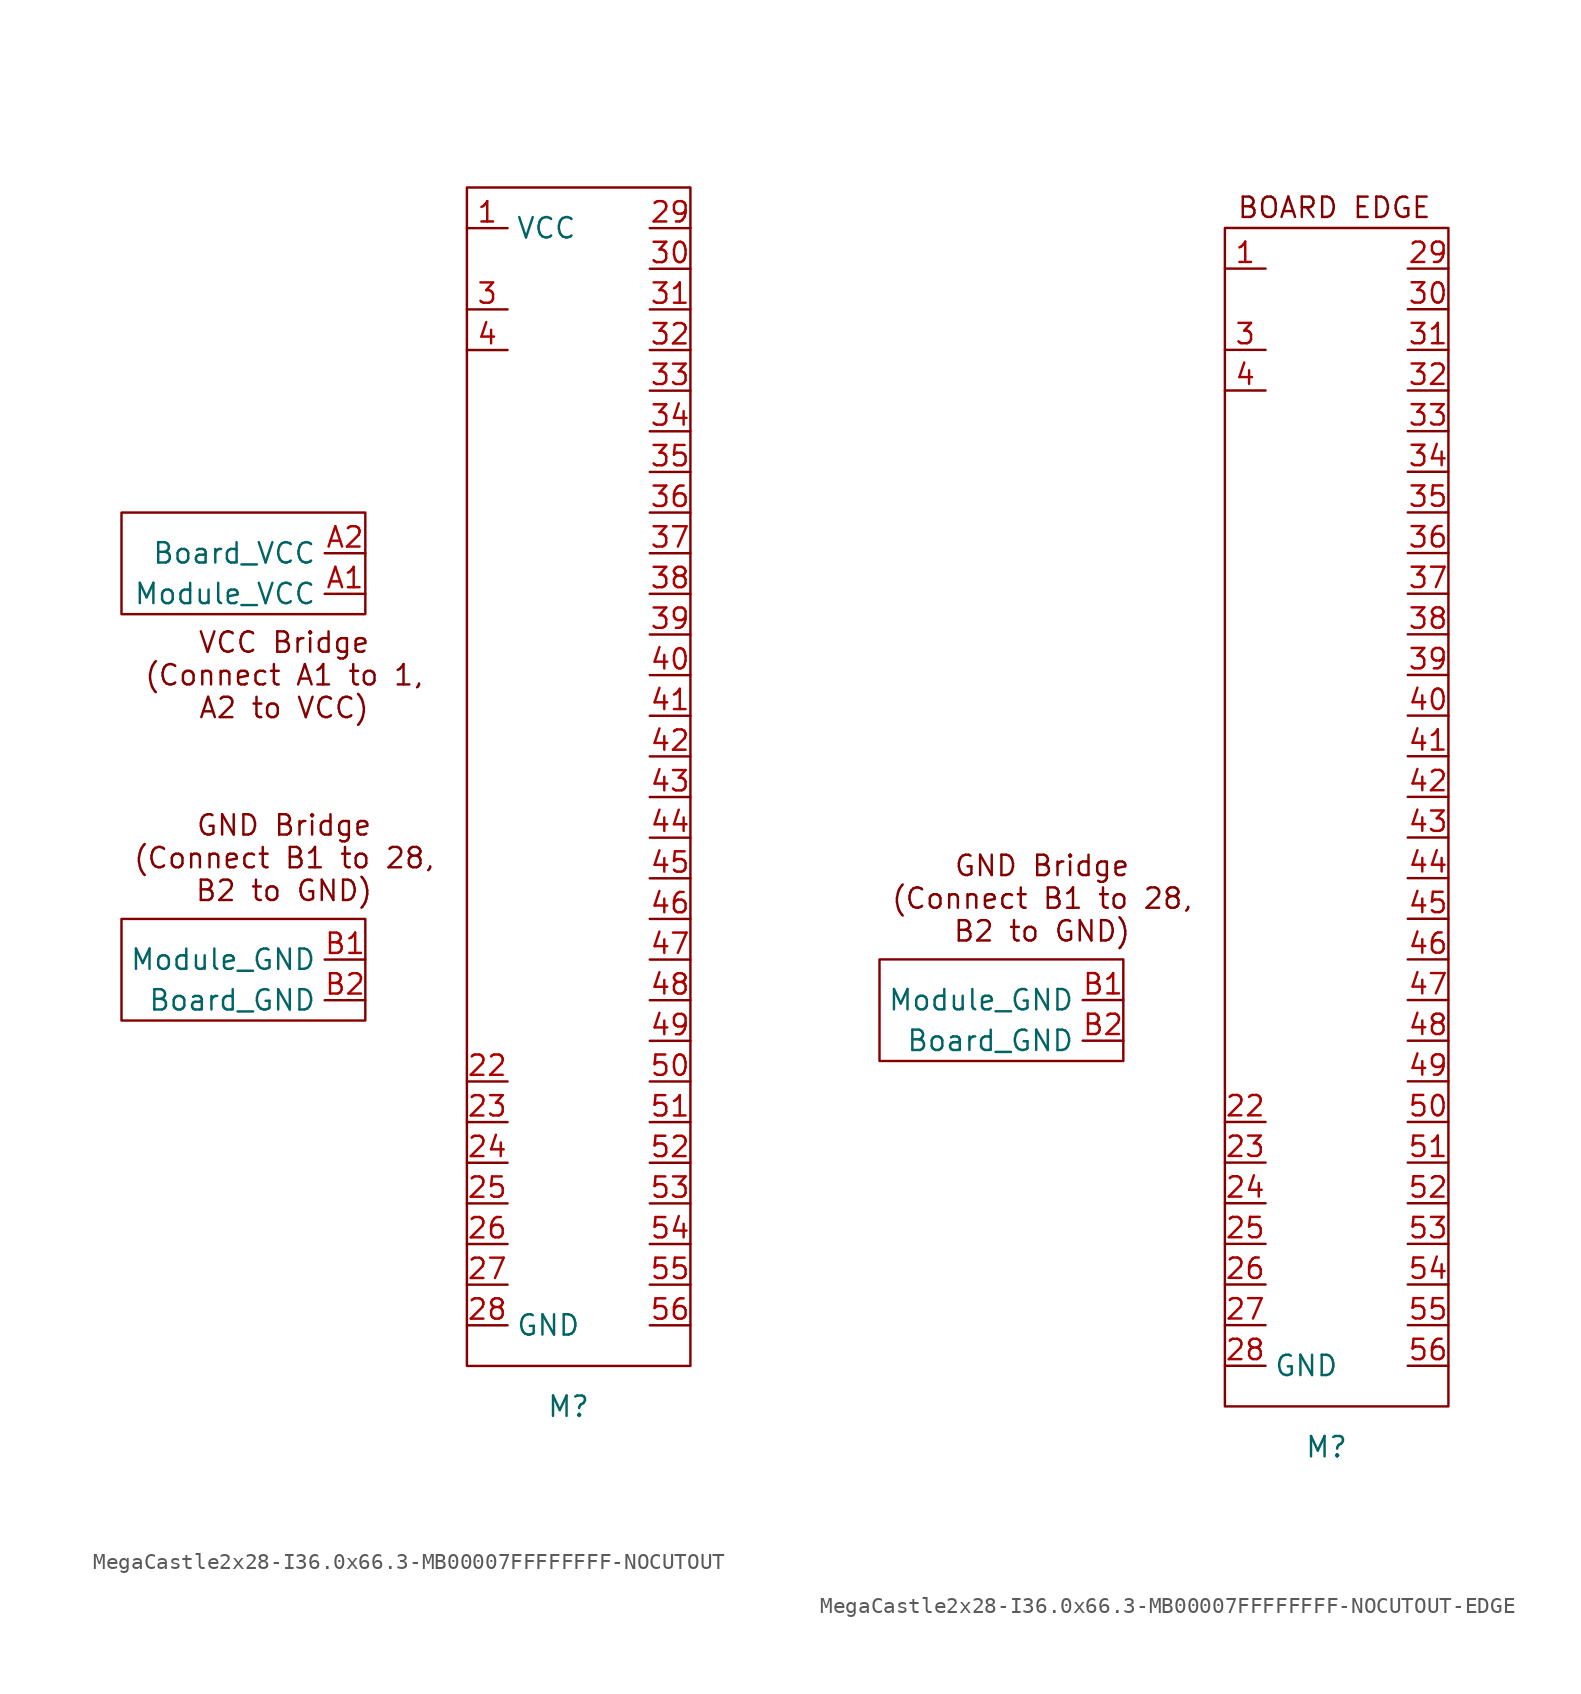
<source format=kicad_sym>
(kicad_symbol_lib
  (version 20241209)
  (generator "kicad_symbol_editor")
  (generator_version "9.0")
  (symbol "MegaCastle2x28-I36.0x66.3-MB00007FFFFFFFF-NOCUTOUT"
    (property "Reference" "M"
      (at 0 -39.37 0)
      (effects (font (size 1.27 1.27))))
    (property "Value" ""
      (at 0 5.08 0)
      (effects (font (size 1.27 1.27))))
    (symbol "MegaCastle2x28-I36.0x66.3-MB00007FFFFFFFF-NOCUTOUT_0_1"
      (rectangle (start -27.94 16.51) (end -12.7 10.16) (stroke (width 0) (type default)) (fill (type none)))
      (rectangle (start -27.94 -8.89) (end -12.7 -15.24) (stroke (width 0) (type default)) (fill (type none)))
      (rectangle (start -6.35 36.83) (end 7.62 -36.83) (stroke (width 0) (type default)) (fill (type none))))
    (symbol "MegaCastle2x28-I36.0x66.3-MB00007FFFFFFFF-NOCUTOUT_1_1"
      (text "VCC Bridge\n(Connect A1 to 1,\nA2 to VCC)" (at -17.78 6.35 0) (effects (font (size 1.27 1.27))))
      (text "GND Bridge\n(Connect B1 to 28,\nB2 to GND)" (at -17.78 -5.08 0) (effects (font (size 1.27 1.27))))
      (pin bidirectional line (at -12.7 13.97 180) (length 2.54) (name "Board_VCC" (effects (font (size 1.27 1.27)))) (number "A2" (effects (font (size 1.27 1.27)))))
      (pin bidirectional line (at -12.7 11.43 180) (length 2.54) (name "Module_VCC" (effects (font (size 1.27 1.27)))) (number "A1" (effects (font (size 1.27 1.27)))))
      (pin bidirectional line (at -12.7 -11.43 180) (length 2.54) (name "Module_GND" (effects (font (size 1.27 1.27)))) (number "B1" (effects (font (size 1.27 1.27)))))
      (pin bidirectional line (at -12.7 -13.97 180) (length 2.54) (name "Board_GND" (effects (font (size 1.27 1.27)))) (number "B2" (effects (font (size 1.27 1.27)))))
      (pin bidirectional line (at -6.35 34.29 0) (length 2.54) (name "VCC" (effects (font (size 1.27 1.27)))) (number "1" (effects (font (size 1.27 1.27)))))
      (pin bidirectional line (at -6.35 29.21 0) (length 2.54) (name "" (effects (font (size 1.27 1.27)))) (number "3" (effects (font (size 1.27 1.27)))))
      (pin bidirectional line (at -6.35 26.67 0) (length 2.54) (name "" (effects (font (size 1.27 1.27)))) (number "4" (effects (font (size 1.27 1.27)))))
      (pin bidirectional line (at -6.35 -19.05 0) (length 2.54) (name "" (effects (font (size 1.27 1.27)))) (number "22" (effects (font (size 1.27 1.27)))))
      (pin bidirectional line (at -6.35 -21.59 0) (length 2.54) (name "" (effects (font (size 1.27 1.27)))) (number "23" (effects (font (size 1.27 1.27)))))
      (pin bidirectional line (at -6.35 -24.13 0) (length 2.54) (name "" (effects (font (size 1.27 1.27)))) (number "24" (effects (font (size 1.27 1.27)))))
      (pin bidirectional line (at -6.35 -26.67 0) (length 2.54) (name "" (effects (font (size 1.27 1.27)))) (number "25" (effects (font (size 1.27 1.27)))))
      (pin bidirectional line (at -6.35 -29.21 0) (length 2.54) (name "" (effects (font (size 1.27 1.27)))) (number "26" (effects (font (size 1.27 1.27)))))
      (pin bidirectional line (at -6.35 -31.75 0) (length 2.54) (name "" (effects (font (size 1.27 1.27)))) (number "27" (effects (font (size 1.27 1.27)))))
      (pin bidirectional line (at -6.35 -34.29 0) (length 2.54) (name "GND" (effects (font (size 1.27 1.27)))) (number "28" (effects (font (size 1.27 1.27)))))
      (pin bidirectional line (at 7.62 34.29 180) (length 2.54) (name "" (effects (font (size 1.27 1.27)))) (number "29" (effects (font (size 1.27 1.27)))))
      (pin bidirectional line (at 7.62 31.75 180) (length 2.54) (name "" (effects (font (size 1.27 1.27)))) (number "30" (effects (font (size 1.27 1.27)))))
      (pin bidirectional line (at 7.62 29.21 180) (length 2.54) (name "" (effects (font (size 1.27 1.27)))) (number "31" (effects (font (size 1.27 1.27)))))
      (pin bidirectional line (at 7.62 26.67 180) (length 2.54) (name "" (effects (font (size 1.27 1.27)))) (number "32" (effects (font (size 1.27 1.27)))))
      (pin bidirectional line (at 7.62 24.13 180) (length 2.54) (name "" (effects (font (size 1.27 1.27)))) (number "33" (effects (font (size 1.27 1.27)))))
      (pin bidirectional line (at 7.62 21.59 180) (length 2.54) (name "" (effects (font (size 1.27 1.27)))) (number "34" (effects (font (size 1.27 1.27)))))
      (pin bidirectional line (at 7.62 19.05 180) (length 2.54) (name "" (effects (font (size 1.27 1.27)))) (number "35" (effects (font (size 1.27 1.27)))))
      (pin bidirectional line (at 7.62 16.51 180) (length 2.54) (name "" (effects (font (size 1.27 1.27)))) (number "36" (effects (font (size 1.27 1.27)))))
      (pin bidirectional line (at 7.62 13.97 180) (length 2.54) (name "" (effects (font (size 1.27 1.27)))) (number "37" (effects (font (size 1.27 1.27)))))
      (pin bidirectional line (at 7.62 11.43 180) (length 2.54) (name "" (effects (font (size 1.27 1.27)))) (number "38" (effects (font (size 1.27 1.27)))))
      (pin bidirectional line (at 7.62 8.89 180) (length 2.54) (name "" (effects (font (size 1.27 1.27)))) (number "39" (effects (font (size 1.27 1.27)))))
      (pin bidirectional line (at 7.62 6.35 180) (length 2.54) (name "" (effects (font (size 1.27 1.27)))) (number "40" (effects (font (size 1.27 1.27)))))
      (pin bidirectional line (at 7.62 3.81 180) (length 2.54) (name "" (effects (font (size 1.27 1.27)))) (number "41" (effects (font (size 1.27 1.27)))))
      (pin bidirectional line (at 7.62 1.27 180) (length 2.54) (name "" (effects (font (size 1.27 1.27)))) (number "42" (effects (font (size 1.27 1.27)))))
      (pin bidirectional line (at 7.62 -1.27 180) (length 2.54) (name "" (effects (font (size 1.27 1.27)))) (number "43" (effects (font (size 1.27 1.27)))))
      (pin bidirectional line (at 7.62 -3.81 180) (length 2.54) (name "" (effects (font (size 1.27 1.27)))) (number "44" (effects (font (size 1.27 1.27)))))
      (pin bidirectional line (at 7.62 -6.35 180) (length 2.54) (name "" (effects (font (size 1.27 1.27)))) (number "45" (effects (font (size 1.27 1.27)))))
      (pin bidirectional line (at 7.62 -8.89 180) (length 2.54) (name "" (effects (font (size 1.27 1.27)))) (number "46" (effects (font (size 1.27 1.27)))))
      (pin bidirectional line (at 7.62 -11.43 180) (length 2.54) (name "" (effects (font (size 1.27 1.27)))) (number "47" (effects (font (size 1.27 1.27)))))
      (pin bidirectional line (at 7.62 -13.97 180) (length 2.54) (name "" (effects (font (size 1.27 1.27)))) (number "48" (effects (font (size 1.27 1.27)))))
      (pin bidirectional line (at 7.62 -16.51 180) (length 2.54) (name "" (effects (font (size 1.27 1.27)))) (number "49" (effects (font (size 1.27 1.27)))))
      (pin bidirectional line (at 7.62 -19.05 180) (length 2.54) (name "" (effects (font (size 1.27 1.27)))) (number "50" (effects (font (size 1.27 1.27)))))
      (pin bidirectional line (at 7.62 -21.59 180) (length 2.54) (name "" (effects (font (size 1.27 1.27)))) (number "51" (effects (font (size 1.27 1.27)))))
      (pin bidirectional line (at 7.62 -24.13 180) (length 2.54) (name "" (effects (font (size 1.27 1.27)))) (number "52" (effects (font (size 1.27 1.27)))))
      (pin bidirectional line (at 7.62 -26.67 180) (length 2.54) (name "" (effects (font (size 1.27 1.27)))) (number "53" (effects (font (size 1.27 1.27)))))
      (pin bidirectional line (at 7.62 -29.21 180) (length 2.54) (name "" (effects (font (size 1.27 1.27)))) (number "54" (effects (font (size 1.27 1.27)))))
      (pin bidirectional line (at 7.62 -31.75 180) (length 2.54) (name "" (effects (font (size 1.27 1.27)))) (number "55" (effects (font (size 1.27 1.27)))))
      (pin bidirectional line (at 7.62 -34.29 180) (length 2.54) (name "" (effects (font (size 1.27 1.27)))) (number "56" (effects (font (size 1.27 1.27)))))))
  (symbol "MegaCastle2x28-I36.0x66.3-MB00007FFFFFFFF-NOCUTOUT-EDGE"
    (property "Reference" "M"
      (at 0 -39.37 0)
      (effects (font (size 1.27 1.27))))
    (property "Value" ""
      (at 0 5.08 0)
      (effects (font (size 1.27 1.27))))
    (symbol "MegaCastle2x28-I36.0x66.3-MB00007FFFFFFFF-NOCUTOUT-EDGE_0_1"
      (rectangle (start -27.94 -8.89) (end -12.7 -15.24) (stroke (width 0) (type default)) (fill (type none)))
      (rectangle (start -6.35 36.83) (end 7.62 -36.83) (stroke (width 0) (type default)) (fill (type none))))
    (symbol "MegaCastle2x28-I36.0x66.3-MB00007FFFFFFFF-NOCUTOUT-EDGE_1_1"
      (text "GND Bridge\n(Connect B1 to 28,\nB2 to GND)" (at -17.78 -5.08 0) (effects (font (size 1.27 1.27))))
      (text " BOARD EDGE" (at 0 38.1 0) (effects (font (size 1.27 1.27))))
      (pin bidirectional line (at -12.7 -11.43 180) (length 2.54) (name "Module_GND" (effects (font (size 1.27 1.27)))) (number "B1" (effects (font (size 1.27 1.27)))))
      (pin bidirectional line (at -12.7 -13.97 180) (length 2.54) (name "Board_GND" (effects (font (size 1.27 1.27)))) (number "B2" (effects (font (size 1.27 1.27)))))
      (pin bidirectional line (at -6.35 34.29 0) (length 2.54) (name "" (effects (font (size 1.27 1.27)))) (number "1" (effects (font (size 1.27 1.27)))))
      (pin bidirectional line (at -6.35 29.21 0) (length 2.54) (name "" (effects (font (size 1.27 1.27)))) (number "3" (effects (font (size 1.27 1.27)))))
      (pin bidirectional line (at -6.35 26.67 0) (length 2.54) (name "" (effects (font (size 1.27 1.27)))) (number "4" (effects (font (size 1.27 1.27)))))
      (pin bidirectional line (at -6.35 -19.05 0) (length 2.54) (name "" (effects (font (size 1.27 1.27)))) (number "22" (effects (font (size 1.27 1.27)))))
      (pin bidirectional line (at -6.35 -21.59 0) (length 2.54) (name "" (effects (font (size 1.27 1.27)))) (number "23" (effects (font (size 1.27 1.27)))))
      (pin bidirectional line (at -6.35 -24.13 0) (length 2.54) (name "" (effects (font (size 1.27 1.27)))) (number "24" (effects (font (size 1.27 1.27)))))
      (pin bidirectional line (at -6.35 -26.67 0) (length 2.54) (name "" (effects (font (size 1.27 1.27)))) (number "25" (effects (font (size 1.27 1.27)))))
      (pin bidirectional line (at -6.35 -29.21 0) (length 2.54) (name "" (effects (font (size 1.27 1.27)))) (number "26" (effects (font (size 1.27 1.27)))))
      (pin bidirectional line (at -6.35 -31.75 0) (length 2.54) (name "" (effects (font (size 1.27 1.27)))) (number "27" (effects (font (size 1.27 1.27)))))
      (pin bidirectional line (at -6.35 -34.29 0) (length 2.54) (name "GND" (effects (font (size 1.27 1.27)))) (number "28" (effects (font (size 1.27 1.27)))))
      (pin bidirectional line (at 7.62 34.29 180) (length 2.54) (name "" (effects (font (size 1.27 1.27)))) (number "29" (effects (font (size 1.27 1.27)))))
      (pin bidirectional line (at 7.62 31.75 180) (length 2.54) (name "" (effects (font (size 1.27 1.27)))) (number "30" (effects (font (size 1.27 1.27)))))
      (pin bidirectional line (at 7.62 29.21 180) (length 2.54) (name "" (effects (font (size 1.27 1.27)))) (number "31" (effects (font (size 1.27 1.27)))))
      (pin bidirectional line (at 7.62 26.67 180) (length 2.54) (name "" (effects (font (size 1.27 1.27)))) (number "32" (effects (font (size 1.27 1.27)))))
      (pin bidirectional line (at 7.62 24.13 180) (length 2.54) (name "" (effects (font (size 1.27 1.27)))) (number "33" (effects (font (size 1.27 1.27)))))
      (pin bidirectional line (at 7.62 21.59 180) (length 2.54) (name "" (effects (font (size 1.27 1.27)))) (number "34" (effects (font (size 1.27 1.27)))))
      (pin bidirectional line (at 7.62 19.05 180) (length 2.54) (name "" (effects (font (size 1.27 1.27)))) (number "35" (effects (font (size 1.27 1.27)))))
      (pin bidirectional line (at 7.62 16.51 180) (length 2.54) (name "" (effects (font (size 1.27 1.27)))) (number "36" (effects (font (size 1.27 1.27)))))
      (pin bidirectional line (at 7.62 13.97 180) (length 2.54) (name "" (effects (font (size 1.27 1.27)))) (number "37" (effects (font (size 1.27 1.27)))))
      (pin bidirectional line (at 7.62 11.43 180) (length 2.54) (name "" (effects (font (size 1.27 1.27)))) (number "38" (effects (font (size 1.27 1.27)))))
      (pin bidirectional line (at 7.62 8.89 180) (length 2.54) (name "" (effects (font (size 1.27 1.27)))) (number "39" (effects (font (size 1.27 1.27)))))
      (pin bidirectional line (at 7.62 6.35 180) (length 2.54) (name "" (effects (font (size 1.27 1.27)))) (number "40" (effects (font (size 1.27 1.27)))))
      (pin bidirectional line (at 7.62 3.81 180) (length 2.54) (name "" (effects (font (size 1.27 1.27)))) (number "41" (effects (font (size 1.27 1.27)))))
      (pin bidirectional line (at 7.62 1.27 180) (length 2.54) (name "" (effects (font (size 1.27 1.27)))) (number "42" (effects (font (size 1.27 1.27)))))
      (pin bidirectional line (at 7.62 -1.27 180) (length 2.54) (name "" (effects (font (size 1.27 1.27)))) (number "43" (effects (font (size 1.27 1.27)))))
      (pin bidirectional line (at 7.62 -3.81 180) (length 2.54) (name "" (effects (font (size 1.27 1.27)))) (number "44" (effects (font (size 1.27 1.27)))))
      (pin bidirectional line (at 7.62 -6.35 180) (length 2.54) (name "" (effects (font (size 1.27 1.27)))) (number "45" (effects (font (size 1.27 1.27)))))
      (pin bidirectional line (at 7.62 -8.89 180) (length 2.54) (name "" (effects (font (size 1.27 1.27)))) (number "46" (effects (font (size 1.27 1.27)))))
      (pin bidirectional line (at 7.62 -11.43 180) (length 2.54) (name "" (effects (font (size 1.27 1.27)))) (number "47" (effects (font (size 1.27 1.27)))))
      (pin bidirectional line (at 7.62 -13.97 180) (length 2.54) (name "" (effects (font (size 1.27 1.27)))) (number "48" (effects (font (size 1.27 1.27)))))
      (pin bidirectional line (at 7.62 -16.51 180) (length 2.54) (name "" (effects (font (size 1.27 1.27)))) (number "49" (effects (font (size 1.27 1.27)))))
      (pin bidirectional line (at 7.62 -19.05 180) (length 2.54) (name "" (effects (font (size 1.27 1.27)))) (number "50" (effects (font (size 1.27 1.27)))))
      (pin bidirectional line (at 7.62 -21.59 180) (length 2.54) (name "" (effects (font (size 1.27 1.27)))) (number "51" (effects (font (size 1.27 1.27)))))
      (pin bidirectional line (at 7.62 -24.13 180) (length 2.54) (name "" (effects (font (size 1.27 1.27)))) (number "52" (effects (font (size 1.27 1.27)))))
      (pin bidirectional line (at 7.62 -26.67 180) (length 2.54) (name "" (effects (font (size 1.27 1.27)))) (number "53" (effects (font (size 1.27 1.27)))))
      (pin bidirectional line (at 7.62 -29.21 180) (length 2.54) (name "" (effects (font (size 1.27 1.27)))) (number "54" (effects (font (size 1.27 1.27)))))
      (pin bidirectional line (at 7.62 -31.75 180) (length 2.54) (name "" (effects (font (size 1.27 1.27)))) (number "55" (effects (font (size 1.27 1.27)))))
      (pin bidirectional line (at 7.62 -34.29 180) (length 2.54) (name "" (effects (font (size 1.27 1.27)))) (number "56" (effects (font (size 1.27 1.27))))))))
</source>
